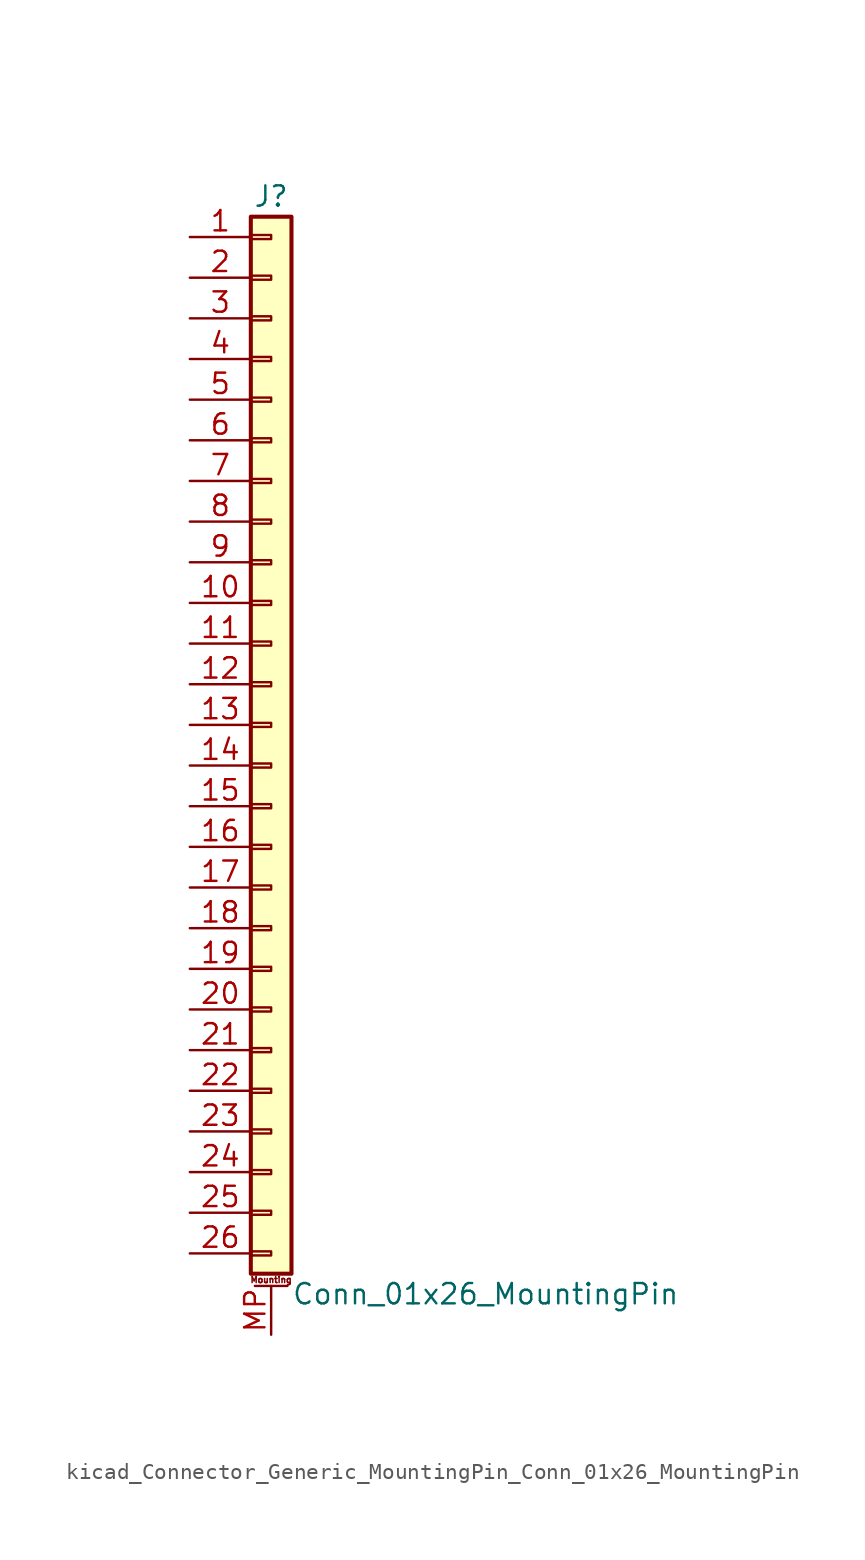
<source format=kicad_sym>
(kicad_symbol_lib
  (version 20220914)
  (generator kicad_symbol_editor)
  (symbol "kicad_Connector_Generic_MountingPin_Conn_01x26_MountingPin"
    (pin_names
      (offset 1.016) hide)
    (property "Reference" "J"
      (at 0 33.02 0)
      (effects (font (size 1.27 1.27))))
    (property "Value" "Conn_01x26_MountingPin"
      (at 1.27 -35.56 0)
      (effects (font (size 1.27 1.27)) (justify left)))
    (symbol "kicad_Connector_Generic_MountingPin_Conn_01x26_MountingPin_1_1"
      (rectangle (start -1.27 -32.893) (end 0 -33.147) (stroke (width 0.152) (type default)) (fill (type none)))
      (rectangle (start -1.27 -30.353) (end 0 -30.607) (stroke (width 0.152) (type default)) (fill (type none)))
      (rectangle (start -1.27 -27.813) (end 0 -28.067) (stroke (width 0.152) (type default)) (fill (type none)))
      (rectangle (start -1.27 -25.273) (end 0 -25.527) (stroke (width 0.152) (type default)) (fill (type none)))
      (rectangle (start -1.27 -22.733) (end 0 -22.987) (stroke (width 0.152) (type default)) (fill (type none)))
      (rectangle (start -1.27 -20.193) (end 0 -20.447) (stroke (width 0.152) (type default)) (fill (type none)))
      (rectangle (start -1.27 -17.653) (end 0 -17.907) (stroke (width 0.152) (type default)) (fill (type none)))
      (rectangle (start -1.27 -15.113) (end 0 -15.367) (stroke (width 0.152) (type default)) (fill (type none)))
      (rectangle (start -1.27 -12.573) (end 0 -12.827) (stroke (width 0.152) (type default)) (fill (type none)))
      (rectangle (start -1.27 -10.033) (end 0 -10.287) (stroke (width 0.152) (type default)) (fill (type none)))
      (rectangle (start -1.27 -7.493) (end 0 -7.747) (stroke (width 0.152) (type default)) (fill (type none)))
      (rectangle (start -1.27 -4.953) (end 0 -5.207) (stroke (width 0.152) (type default)) (fill (type none)))
      (rectangle (start -1.27 -2.413) (end 0 -2.667) (stroke (width 0.152) (type default)) (fill (type none)))
      (rectangle (start -1.27 0.127) (end 0 -0.127) (stroke (width 0.152) (type default)) (fill (type none)))
      (rectangle (start -1.27 2.667) (end 0 2.413) (stroke (width 0.152) (type default)) (fill (type none)))
      (rectangle (start -1.27 5.207) (end 0 4.953) (stroke (width 0.152) (type default)) (fill (type none)))
      (rectangle (start -1.27 7.747) (end 0 7.493) (stroke (width 0.152) (type default)) (fill (type none)))
      (rectangle (start -1.27 10.287) (end 0 10.033) (stroke (width 0.152) (type default)) (fill (type none)))
      (rectangle (start -1.27 12.827) (end 0 12.573) (stroke (width 0.152) (type default)) (fill (type none)))
      (rectangle (start -1.27 15.367) (end 0 15.113) (stroke (width 0.152) (type default)) (fill (type none)))
      (rectangle (start -1.27 17.907) (end 0 17.653) (stroke (width 0.152) (type default)) (fill (type none)))
      (rectangle (start -1.27 20.447) (end 0 20.193) (stroke (width 0.152) (type default)) (fill (type none)))
      (rectangle (start -1.27 22.987) (end 0 22.733) (stroke (width 0.152) (type default)) (fill (type none)))
      (rectangle (start -1.27 25.527) (end 0 25.273) (stroke (width 0.152) (type default)) (fill (type none)))
      (rectangle (start -1.27 28.067) (end 0 27.813) (stroke (width 0.152) (type default)) (fill (type none)))
      (rectangle (start -1.27 30.607) (end 0 30.353) (stroke (width 0.152) (type default)) (fill (type none)))
      (rectangle (start -1.27 31.75) (end 1.27 -34.29) (stroke (width 0.254) (type default)) (fill (type background)))
      (polyline (pts (xy -1.016 -35.052) (xy 1.016 -35.052)) (stroke (width 0.152) (type default)) (fill (type none)))
      (text "Mounting" (at 0 -34.671 0) (effects (font (size 0.381 0.381))))
      (pin passive line (at -5.08 30.48 0) (length 3.81) (name "Pin_1" (effects (font (size 1.27 1.27)))) (number "1" (effects (font (size 1.27 1.27)))))
      (pin passive line (at -5.08 7.62 0) (length 3.81) (name "Pin_10" (effects (font (size 1.27 1.27)))) (number "10" (effects (font (size 1.27 1.27)))))
      (pin passive line (at -5.08 5.08 0) (length 3.81) (name "Pin_11" (effects (font (size 1.27 1.27)))) (number "11" (effects (font (size 1.27 1.27)))))
      (pin passive line (at -5.08 2.54 0) (length 3.81) (name "Pin_12" (effects (font (size 1.27 1.27)))) (number "12" (effects (font (size 1.27 1.27)))))
      (pin passive line (at -5.08 0 0) (length 3.81) (name "Pin_13" (effects (font (size 1.27 1.27)))) (number "13" (effects (font (size 1.27 1.27)))))
      (pin passive line (at -5.08 -2.54 0) (length 3.81) (name "Pin_14" (effects (font (size 1.27 1.27)))) (number "14" (effects (font (size 1.27 1.27)))))
      (pin passive line (at -5.08 -5.08 0) (length 3.81) (name "Pin_15" (effects (font (size 1.27 1.27)))) (number "15" (effects (font (size 1.27 1.27)))))
      (pin passive line (at -5.08 -7.62 0) (length 3.81) (name "Pin_16" (effects (font (size 1.27 1.27)))) (number "16" (effects (font (size 1.27 1.27)))))
      (pin passive line (at -5.08 -10.16 0) (length 3.81) (name "Pin_17" (effects (font (size 1.27 1.27)))) (number "17" (effects (font (size 1.27 1.27)))))
      (pin passive line (at -5.08 -12.7 0) (length 3.81) (name "Pin_18" (effects (font (size 1.27 1.27)))) (number "18" (effects (font (size 1.27 1.27)))))
      (pin passive line (at -5.08 -15.24 0) (length 3.81) (name "Pin_19" (effects (font (size 1.27 1.27)))) (number "19" (effects (font (size 1.27 1.27)))))
      (pin passive line (at -5.08 27.94 0) (length 3.81) (name "Pin_2" (effects (font (size 1.27 1.27)))) (number "2" (effects (font (size 1.27 1.27)))))
      (pin passive line (at -5.08 -17.78 0) (length 3.81) (name "Pin_20" (effects (font (size 1.27 1.27)))) (number "20" (effects (font (size 1.27 1.27)))))
      (pin passive line (at -5.08 -20.32 0) (length 3.81) (name "Pin_21" (effects (font (size 1.27 1.27)))) (number "21" (effects (font (size 1.27 1.27)))))
      (pin passive line (at -5.08 -22.86 0) (length 3.81) (name "Pin_22" (effects (font (size 1.27 1.27)))) (number "22" (effects (font (size 1.27 1.27)))))
      (pin passive line (at -5.08 -25.4 0) (length 3.81) (name "Pin_23" (effects (font (size 1.27 1.27)))) (number "23" (effects (font (size 1.27 1.27)))))
      (pin passive line (at -5.08 -27.94 0) (length 3.81) (name "Pin_24" (effects (font (size 1.27 1.27)))) (number "24" (effects (font (size 1.27 1.27)))))
      (pin passive line (at -5.08 -30.48 0) (length 3.81) (name "Pin_25" (effects (font (size 1.27 1.27)))) (number "25" (effects (font (size 1.27 1.27)))))
      (pin passive line (at -5.08 -33.02 0) (length 3.81) (name "Pin_26" (effects (font (size 1.27 1.27)))) (number "26" (effects (font (size 1.27 1.27)))))
      (pin passive line (at -5.08 25.4 0) (length 3.81) (name "Pin_3" (effects (font (size 1.27 1.27)))) (number "3" (effects (font (size 1.27 1.27)))))
      (pin passive line (at -5.08 22.86 0) (length 3.81) (name "Pin_4" (effects (font (size 1.27 1.27)))) (number "4" (effects (font (size 1.27 1.27)))))
      (pin passive line (at -5.08 20.32 0) (length 3.81) (name "Pin_5" (effects (font (size 1.27 1.27)))) (number "5" (effects (font (size 1.27 1.27)))))
      (pin passive line (at -5.08 17.78 0) (length 3.81) (name "Pin_6" (effects (font (size 1.27 1.27)))) (number "6" (effects (font (size 1.27 1.27)))))
      (pin passive line (at -5.08 15.24 0) (length 3.81) (name "Pin_7" (effects (font (size 1.27 1.27)))) (number "7" (effects (font (size 1.27 1.27)))))
      (pin passive line (at -5.08 12.7 0) (length 3.81) (name "Pin_8" (effects (font (size 1.27 1.27)))) (number "8" (effects (font (size 1.27 1.27)))))
      (pin passive line (at -5.08 10.16 0) (length 3.81) (name "Pin_9" (effects (font (size 1.27 1.27)))) (number "9" (effects (font (size 1.27 1.27)))))
      (pin passive line (at 0 -38.1 90) (length 3.048) (name "MountPin" (effects (font (size 1.27 1.27)))) (number "MP" (effects (font (size 1.27 1.27))))))))
</source>
